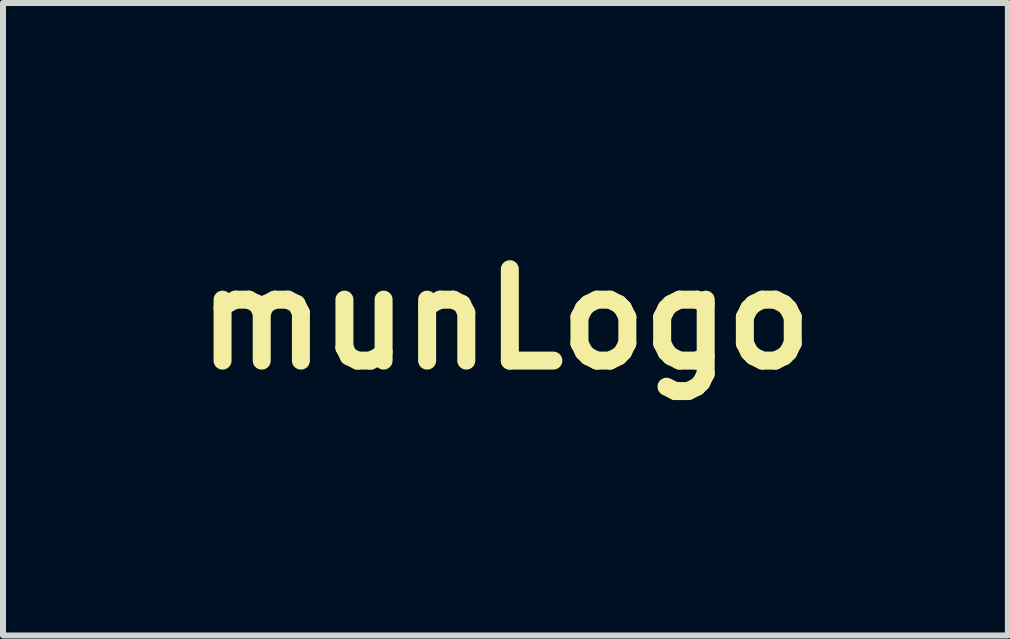
<source format=kicad_pcb>
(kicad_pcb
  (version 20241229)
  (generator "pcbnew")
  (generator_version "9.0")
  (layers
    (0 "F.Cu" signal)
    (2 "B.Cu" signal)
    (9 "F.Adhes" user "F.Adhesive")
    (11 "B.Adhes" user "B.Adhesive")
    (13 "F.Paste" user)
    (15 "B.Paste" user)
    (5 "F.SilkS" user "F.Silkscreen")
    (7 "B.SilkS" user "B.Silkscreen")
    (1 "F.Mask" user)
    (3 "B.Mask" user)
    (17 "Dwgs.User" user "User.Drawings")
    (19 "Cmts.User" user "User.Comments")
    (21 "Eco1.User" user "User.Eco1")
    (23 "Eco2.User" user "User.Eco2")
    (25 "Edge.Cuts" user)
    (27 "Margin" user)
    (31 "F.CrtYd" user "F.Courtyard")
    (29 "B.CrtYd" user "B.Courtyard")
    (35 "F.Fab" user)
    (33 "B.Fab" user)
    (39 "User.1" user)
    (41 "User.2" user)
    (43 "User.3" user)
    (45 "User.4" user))
  (footprint "munLogo"
    (layer "F.Cu")
    (at 5.378 2.273)
    (property "Reference" "munLogo" (at 0 0 0) (layer "F.SilkS") (effects (font (size 1.524 1.524) (thickness 0.3))))
    (attr through_hole)
    (fp_poly (pts (xy -1.46 2.25) (xy -1.551 2.25) (xy -1.551 1.578) (xy -1.46 1.578) (xy -1.46 2.25)) (stroke (width 0.01) (type solid)) (fill yes) (layer "F.Mask"))
    (fp_poly (pts (xy 2.041 2.25) (xy 1.941 2.25) (xy 1.941 1.578) (xy 2.041 1.578) (xy 2.041 2.25)) (stroke (width 0.01) (type solid)) (fill yes) (layer "F.Mask"))
    (fp_poly (pts (xy 2.848 1.669) (xy 2.631 1.669) (xy 2.631 2.25) (xy 2.54 2.25) (xy 2.54 1.669) (xy 2.322 1.669) (xy 2.322 1.578) (xy 2.848 1.578) (xy 2.848 1.669)) (stroke (width 0.01) (type solid)) (fill yes) (layer "F.Mask"))
    (fp_poly (pts (xy -3.111 0.989) (xy -3.089 1.055) (xy -3.068 1.116) (xy -3.051 1.169) (xy -3.037 1.212) (xy -3.027 1.243) (xy -3.021 1.26) (xy -3.021 1.263) (xy -3.029 1.266) (xy -3.052 1.268) (xy -3.085 1.27) (xy -3.111 1.27) (xy -3.202 1.27) (xy -3.201 0.721) (xy -3.111 0.989)) (stroke (width 0.01) (type solid)) (fill yes) (layer "F.Mask"))
    (fp_poly (pts (xy -1.097 0.984) (xy -1.075 1.051) (xy -1.055 1.112) (xy -1.038 1.166) (xy -1.024 1.21) (xy -1.013 1.242) (xy -1.008 1.26) (xy -1.007 1.263) (xy -1.015 1.266) (xy -1.038 1.268) (xy -1.071 1.27) (xy -1.098 1.27) (xy -1.188 1.27) (xy -1.188 0.991) (xy -1.187 0.712) (xy -1.097 0.984)) (stroke (width 0.01) (type solid)) (fill yes) (layer "F.Mask"))
    (fp_poly (pts (xy 0.127 1.669) (xy -0.218 1.669) (xy -0.218 1.869) (xy 0.1 1.869) (xy 0.1 1.912) (xy 0.1 1.955) (xy -0.213 1.955) (xy -0.213 2.164) (xy -0.036 2.165) (xy 0.141 2.167) (xy 0.143 2.208) (xy 0.146 2.25) (xy -0.308 2.25) (xy -0.308 1.578) (xy 0.127 1.578) (xy 0.127 1.669)) (stroke (width 0.01) (type solid)) (fill yes) (layer "F.Mask"))
    (fp_poly (pts (xy -1.912 1.914) (xy -1.91 2.25) (xy -2.037 2.249) (xy -2.111 2.138) (xy -2.14 2.094) (xy -2.177 2.04) (xy -2.217 1.98) (xy -2.258 1.92) (xy -2.292 1.869) (xy -2.399 1.71) (xy -2.404 2.25) (xy -2.495 2.25) (xy -2.495 1.578) (xy -2.433 1.579) (xy -2.372 1.579) (xy -2.191 1.851) (xy -2.009 2.123) (xy -2.007 1.851) (xy -2.005 1.578) (xy -1.915 1.578) (xy -1.912 1.914)) (stroke (width 0.01) (type solid)) (fill yes) (layer "F.Mask"))
    (fp_poly (pts (xy 1.092 0.976) (xy 1.106 0.981) (xy 1.118 0.994) (xy 1.132 1.019) (xy 1.135 1.024) (xy 1.157 1.066) (xy 1.181 1.11) (xy 1.203 1.154) (xy 1.224 1.194) (xy 1.242 1.229) (xy 1.255 1.254) (xy 1.261 1.266) (xy 1.261 1.267) (xy 1.252 1.268) (xy 1.229 1.269) (xy 1.194 1.27) (xy 1.152 1.27) (xy 1.144 1.27) (xy 1.026 1.27) (xy 1.028 1.123) (xy 1.03 0.975) (xy 1.069 0.975) (xy 1.092 0.976)) (stroke (width 0.01) (type solid)) (fill yes) (layer "F.Mask"))
    (fp_poly (pts (xy 1.115 0.678) (xy 1.159 0.679) (xy 1.19 0.683) (xy 1.21 0.689) (xy 1.224 0.697) (xy 1.25 0.725) (xy 1.26 0.757) (xy 1.254 0.788) (xy 1.234 0.816) (xy 1.215 0.828) (xy 1.194 0.834) (xy 1.163 0.84) (xy 1.127 0.843) (xy 1.091 0.845) (xy 1.06 0.844) (xy 1.038 0.841) (xy 1.031 0.837) (xy 1.029 0.825) (xy 1.028 0.8) (xy 1.028 0.766) (xy 1.028 0.753) (xy 1.03 0.676) (xy 1.115 0.678)) (stroke (width 0.01) (type solid)) (fill yes) (layer "F.Mask"))
    (fp_poly (pts (xy 2.545 0.774) (xy 2.555 0.793) (xy 2.569 0.823) (xy 2.585 0.859) (xy 2.6 0.899) (xy 2.614 0.933) (xy 2.624 0.958) (xy 2.628 0.968) (xy 2.626 0.974) (xy 2.612 0.977) (xy 2.584 0.979) (xy 2.546 0.98) (xy 2.508 0.979) (xy 2.479 0.977) (xy 2.461 0.974) (xy 2.458 0.972) (xy 2.462 0.96) (xy 2.47 0.936) (xy 2.482 0.903) (xy 2.497 0.867) (xy 2.511 0.831) (xy 2.524 0.8) (xy 2.534 0.777) (xy 2.539 0.769) (xy 2.545 0.774)) (stroke (width 0.01) (type solid)) (fill yes) (layer "F.Mask"))
    (fp_poly (pts (xy 2.712 1.175) (xy 2.726 1.209) (xy 2.738 1.237) (xy 2.745 1.255) (xy 2.746 1.257) (xy 2.745 1.261) (xy 2.738 1.265) (xy 2.722 1.267) (xy 2.696 1.268) (xy 2.658 1.269) (xy 2.606 1.27) (xy 2.545 1.27) (xy 2.479 1.27) (xy 2.429 1.27) (xy 2.393 1.269) (xy 2.369 1.267) (xy 2.354 1.265) (xy 2.348 1.262) (xy 2.346 1.258) (xy 2.348 1.254) (xy 2.355 1.238) (xy 2.366 1.211) (xy 2.379 1.177) (xy 2.381 1.172) (xy 2.406 1.107) (xy 2.683 1.107) (xy 2.712 1.175)) (stroke (width 0.01) (type solid)) (fill yes) (layer "F.Mask"))
    (fp_poly (pts (xy -2.707 0.726) (xy -2.706 0.749) (xy -2.705 0.787) (xy -2.704 0.836) (xy -2.704 0.894) (xy -2.703 0.961) (xy -2.703 0.992) (xy -2.703 1.27) (xy -2.799 1.27) (xy -2.841 1.269) (xy -2.873 1.267) (xy -2.891 1.264) (xy -2.894 1.261) (xy -2.891 1.25) (xy -2.883 1.224) (xy -2.871 1.186) (xy -2.855 1.139) (xy -2.837 1.085) (xy -2.818 1.027) (xy -2.797 0.968) (xy -2.777 0.909) (xy -2.758 0.854) (xy -2.74 0.805) (xy -2.726 0.764) (xy -2.715 0.735) (xy -2.709 0.72) (xy -2.708 0.718) (xy -2.707 0.726)) (stroke (width 0.01) (type solid)) (fill yes) (layer "F.Mask"))
    (fp_poly (pts (xy -0.693 0.726) (xy -0.692 0.749) (xy -0.691 0.787) (xy -0.69 0.836) (xy -0.69 0.894) (xy -0.689 0.961) (xy -0.689 0.992) (xy -0.689 1.27) (xy -0.785 1.27) (xy -0.824 1.269) (xy -0.855 1.267) (xy -0.875 1.264) (xy -0.88 1.262) (xy -0.877 1.251) (xy -0.869 1.226) (xy -0.857 1.189) (xy -0.842 1.143) (xy -0.824 1.09) (xy -0.804 1.032) (xy -0.784 0.973) (xy -0.764 0.914) (xy -0.744 0.859) (xy -0.727 0.809) (xy -0.713 0.768) (xy -0.702 0.737) (xy -0.695 0.721) (xy -0.694 0.718) (xy -0.693 0.726)) (stroke (width 0.01) (type solid)) (fill yes) (layer "F.Mask"))
    (fp_poly (pts (xy 0.219 0.677) (xy 0.276 0.696) (xy 0.323 0.729) (xy 0.359 0.774) (xy 0.383 0.829) (xy 0.393 0.894) (xy 0.393 0.913) (xy 0.386 0.974) (xy 0.366 1.024) (xy 0.337 1.063) (xy 0.289 1.104) (xy 0.234 1.129) (xy 0.173 1.136) (xy 0.136 1.133) (xy 0.09 1.123) (xy 0.054 1.108) (xy 0.022 1.086) (xy 0.02 1.084) (xy -0.016 1.043) (xy -0.04 0.991) (xy -0.052 0.934) (xy -0.052 0.875) (xy -0.04 0.818) (xy -0.016 0.767) (xy 0.005 0.74) (xy 0.044 0.707) (xy 0.084 0.686) (xy 0.133 0.675) (xy 0.154 0.673) (xy 0.219 0.677)) (stroke (width 0.01) (type solid)) (fill yes) (layer "F.Mask"))
    (fp_poly (pts (xy 3.61 1.579) (xy 3.631 1.581) (xy 3.638 1.583) (xy 3.633 1.592) (xy 3.619 1.613) (xy 3.599 1.646) (xy 3.572 1.687) (xy 3.54 1.735) (xy 3.511 1.78) (xy 3.383 1.973) (xy 3.386 2.111) (xy 3.388 2.25) (xy 3.293 2.25) (xy 3.293 1.97) (xy 3.166 1.779) (xy 3.131 1.726) (xy 3.1 1.679) (xy 3.074 1.639) (xy 3.054 1.608) (xy 3.042 1.589) (xy 3.039 1.582) (xy 3.047 1.58) (xy 3.069 1.58) (xy 3.099 1.58) (xy 3.1 1.58) (xy 3.161 1.583) (xy 3.223 1.683) (xy 3.249 1.725) (xy 3.275 1.767) (xy 3.297 1.802) (xy 3.312 1.827) (xy 3.339 1.871) (xy 3.432 1.725) (xy 3.524 1.579) (xy 3.581 1.579) (xy 3.61 1.579)) (stroke (width 0.01) (type solid)) (fill yes) (layer "F.Mask"))
    (fp_poly (pts (xy -1.053 1.658) (xy -1.04 1.691) (xy -1.023 1.737) (xy -1.003 1.793) (xy -0.982 1.853) (xy -0.96 1.914) (xy -0.957 1.922) (xy -0.937 1.976) (xy -0.919 2.025) (xy -0.904 2.065) (xy -0.893 2.093) (xy -0.887 2.109) (xy -0.886 2.111) (xy -0.882 2.103) (xy -0.873 2.081) (xy -0.858 2.046) (xy -0.84 1.999) (xy -0.819 1.944) (xy -0.795 1.882) (xy -0.783 1.849) (xy -0.683 1.583) (xy -0.632 1.58) (xy -0.604 1.58) (xy -0.586 1.582) (xy -0.581 1.585) (xy -0.584 1.595) (xy -0.593 1.62) (xy -0.607 1.658) (xy -0.626 1.706) (xy -0.648 1.763) (xy -0.673 1.826) (xy -0.688 1.865) (xy -0.715 1.934) (xy -0.742 2) (xy -0.765 2.061) (xy -0.786 2.114) (xy -0.803 2.156) (xy -0.814 2.185) (xy -0.817 2.193) (xy -0.839 2.25) (xy -0.933 2.25) (xy -0.96 2.179) (xy -1.001 2.072) (xy -1.04 1.973) (xy -1.075 1.882) (xy -1.106 1.801) (xy -1.133 1.731) (xy -1.155 1.674) (xy -1.171 1.629) (xy -1.183 1.599) (xy -1.188 1.584) (xy -1.188 1.583) (xy -1.18 1.581) (xy -1.159 1.579) (xy -1.135 1.578) (xy -1.082 1.578) (xy -1.053 1.658)) (stroke (width 0.01) (type solid)) (fill yes) (layer "F.Mask"))
    (fp_poly (pts (xy -3.273 1.812) (xy -3.272 1.884) (xy -3.271 1.939) (xy -3.27 1.982) (xy -3.268 2.014) (xy -3.266 2.038) (xy -3.262 2.055) (xy -3.257 2.07) (xy -3.251 2.084) (xy -3.249 2.089) (xy -3.222 2.131) (xy -3.189 2.158) (xy -3.146 2.172) (xy -3.116 2.176) (xy -3.065 2.174) (xy -3.026 2.161) (xy -2.994 2.135) (xy -2.982 2.12) (xy -2.969 2.102) (xy -2.959 2.084) (xy -2.952 2.063) (xy -2.947 2.037) (xy -2.943 2.003) (xy -2.941 1.96) (xy -2.94 1.904) (xy -2.939 1.833) (xy -2.939 1.804) (xy -2.939 1.578) (xy -2.838 1.578) (xy -2.841 1.826) (xy -2.842 1.899) (xy -2.843 1.958) (xy -2.844 2.002) (xy -2.846 2.036) (xy -2.848 2.062) (xy -2.852 2.081) (xy -2.856 2.096) (xy -2.861 2.11) (xy -2.865 2.118) (xy -2.898 2.176) (xy -2.94 2.218) (xy -2.992 2.247) (xy -3.055 2.262) (xy -3.093 2.266) (xy -3.133 2.267) (xy -3.16 2.266) (xy -3.184 2.26) (xy -3.209 2.25) (xy -3.226 2.241) (xy -3.27 2.214) (xy -3.305 2.182) (xy -3.335 2.138) (xy -3.344 2.123) (xy -3.349 2.112) (xy -3.353 2.099) (xy -3.356 2.081) (xy -3.358 2.057) (xy -3.36 2.025) (xy -3.362 1.981) (xy -3.363 1.923) (xy -3.364 1.851) (xy -3.364 1.835) (xy -3.367 1.578) (xy -3.277 1.578) (xy -3.273 1.812)) (stroke (width 0.01) (type solid)) (fill yes) (layer "F.Mask"))
    (fp_poly (pts (xy 0.645 1.579) (xy 0.695 1.581) (xy 0.737 1.584) (xy 0.767 1.587) (xy 0.771 1.588) (xy 0.823 1.608) (xy 0.864 1.639) (xy 0.893 1.68) (xy 0.91 1.727) (xy 0.913 1.777) (xy 0.902 1.827) (xy 0.875 1.874) (xy 0.863 1.888) (xy 0.837 1.912) (xy 0.807 1.931) (xy 0.794 1.937) (xy 0.772 1.946) (xy 0.76 1.955) (xy 0.759 1.958) (xy 0.765 1.968) (xy 0.778 1.991) (xy 0.798 2.024) (xy 0.823 2.064) (xy 0.848 2.104) (xy 0.876 2.148) (xy 0.9 2.187) (xy 0.918 2.218) (xy 0.931 2.238) (xy 0.934 2.246) (xy 0.926 2.248) (xy 0.904 2.249) (xy 0.876 2.25) (xy 0.818 2.25) (xy 0.757 2.143) (xy 0.724 2.085) (xy 0.698 2.04) (xy 0.678 2.008) (xy 0.663 1.985) (xy 0.651 1.971) (xy 0.641 1.963) (xy 0.63 1.96) (xy 0.617 1.959) (xy 0.602 1.959) (xy 0.601 1.959) (xy 0.553 1.959) (xy 0.553 2.25) (xy 0.506 2.25) (xy 0.458 2.25) (xy 0.461 1.914) (xy 0.462 1.762) (xy 0.553 1.762) (xy 0.554 1.803) (xy 0.555 1.839) (xy 0.558 1.863) (xy 0.56 1.873) (xy 0.574 1.877) (xy 0.6 1.878) (xy 0.635 1.877) (xy 0.673 1.873) (xy 0.71 1.869) (xy 0.74 1.863) (xy 0.76 1.856) (xy 0.787 1.837) (xy 0.802 1.811) (xy 0.807 1.774) (xy 0.807 1.769) (xy 0.804 1.733) (xy 0.792 1.706) (xy 0.769 1.687) (xy 0.734 1.674) (xy 0.685 1.666) (xy 0.643 1.662) (xy 0.553 1.657) (xy 0.553 1.762) (xy 0.462 1.762) (xy 0.463 1.578) (xy 0.594 1.578) (xy 0.645 1.579)) (stroke (width 0.01) (type solid)) (fill yes) (layer "F.Mask"))
    (fp_poly (pts (xy 1.461 1.566) (xy 1.514 1.576) (xy 1.561 1.594) (xy 1.595 1.618) (xy 1.597 1.619) (xy 1.609 1.636) (xy 1.609 1.65) (xy 1.596 1.666) (xy 1.569 1.687) (xy 1.569 1.688) (xy 1.543 1.706) (xy 1.51 1.683) (xy 1.461 1.659) (xy 1.411 1.653) (xy 1.377 1.66) (xy 1.335 1.678) (xy 1.309 1.706) (xy 1.298 1.742) (xy 1.297 1.753) (xy 1.301 1.782) (xy 1.312 1.806) (xy 1.335 1.826) (xy 1.37 1.846) (xy 1.42 1.865) (xy 1.441 1.873) (xy 1.482 1.888) (xy 1.52 1.903) (xy 1.549 1.917) (xy 1.561 1.924) (xy 1.594 1.957) (xy 1.614 2.001) (xy 1.623 2.05) (xy 1.619 2.102) (xy 1.603 2.151) (xy 1.576 2.192) (xy 1.53 2.232) (xy 1.474 2.256) (xy 1.408 2.267) (xy 1.388 2.267) (xy 1.351 2.266) (xy 1.319 2.263) (xy 1.298 2.26) (xy 1.297 2.259) (xy 1.263 2.246) (xy 1.228 2.228) (xy 1.2 2.209) (xy 1.185 2.195) (xy 1.179 2.182) (xy 1.18 2.172) (xy 1.192 2.157) (xy 1.206 2.145) (xy 1.231 2.124) (xy 1.247 2.116) (xy 1.26 2.119) (xy 1.275 2.132) (xy 1.275 2.133) (xy 1.309 2.159) (xy 1.351 2.174) (xy 1.396 2.177) (xy 1.44 2.169) (xy 1.478 2.15) (xy 1.506 2.121) (xy 1.521 2.087) (xy 1.52 2.056) (xy 1.504 2.028) (xy 1.471 2.001) (xy 1.422 1.977) (xy 1.376 1.96) (xy 1.311 1.934) (xy 1.263 1.906) (xy 1.229 1.874) (xy 1.207 1.836) (xy 1.196 1.79) (xy 1.194 1.756) (xy 1.201 1.709) (xy 1.218 1.664) (xy 1.243 1.628) (xy 1.249 1.623) (xy 1.267 1.61) (xy 1.293 1.594) (xy 1.306 1.587) (xy 1.352 1.571) (xy 1.405 1.564) (xy 1.461 1.566)) (stroke (width 0.01) (type solid)) (fill yes) (layer "F.Mask"))
    (fp_poly (pts (xy 3.819 1.27) (xy 3.665 1.27) (xy 3.665 1.125) (xy 3.517 1.123) (xy 3.37 1.12) (xy 3.365 0.544) (xy 3.211 0.544) (xy 3.211 1.27) (xy 2.926 1.27) (xy 2.885 1.172) (xy 2.871 1.139) (xy 2.851 1.092) (xy 2.826 1.034) (xy 2.798 0.97) (xy 2.768 0.901) (xy 2.737 0.83) (xy 2.729 0.812) (xy 2.614 0.549) (xy 2.481 0.544) (xy 2.325 0.905) (xy 2.17 1.265) (xy 1.896 1.27) (xy 1.896 0.544) (xy 1.742 0.544) (xy 1.742 1.27) (xy 1.454 1.27) (xy 1.365 1.123) (xy 1.337 1.076) (xy 1.312 1.035) (xy 1.293 1.002) (xy 1.279 0.979) (xy 1.273 0.969) (xy 1.273 0.969) (xy 1.279 0.963) (xy 1.297 0.951) (xy 1.32 0.939) (xy 1.366 0.907) (xy 1.399 0.864) (xy 1.418 0.812) (xy 1.423 0.753) (xy 1.412 0.69) (xy 1.412 0.688) (xy 1.393 0.644) (xy 1.365 0.609) (xy 1.322 0.58) (xy 1.302 0.57) (xy 1.285 0.563) (xy 1.269 0.557) (xy 1.249 0.554) (xy 1.224 0.551) (xy 1.189 0.549) (xy 1.143 0.547) (xy 1.083 0.546) (xy 1.064 0.546) (xy 0.871 0.543) (xy 0.871 1.27) (xy 0.587 1.27) (xy 0.304 1.27) (xy 0.363 1.238) (xy 0.426 1.198) (xy 0.474 1.152) (xy 0.511 1.097) (xy 0.517 1.084) (xy 0.542 1.014) (xy 0.554 0.937) (xy 0.554 0.859) (xy 0.541 0.785) (xy 0.521 0.73) (xy 0.482 0.667) (xy 0.43 0.615) (xy 0.369 0.574) (xy 0.301 0.546) (xy 0.229 0.529) (xy 0.154 0.525) (xy 0.079 0.534) (xy 0.007 0.556) (xy -0.059 0.592) (xy -0.118 0.641) (xy -0.125 0.648) (xy -0.166 0.701) (xy -0.193 0.759) (xy -0.21 0.826) (xy -0.215 0.88) (xy -0.213 0.966) (xy -0.194 1.045) (xy -0.161 1.114) (xy -0.114 1.174) (xy -0.052 1.222) (xy -0.017 1.242) (xy 0.041 1.27) (xy -0.535 1.27) (xy -0.535 0.544) (xy -0.773 0.549) (xy -0.82 0.68) (xy -0.84 0.737) (xy -0.862 0.797) (xy -0.882 0.855) (xy -0.9 0.903) (xy -0.902 0.91) (xy -0.916 0.948) (xy -0.929 0.978) (xy -0.938 0.996) (xy -0.944 1.001) (xy -0.947 0.995) (xy -0.953 0.981) (xy -0.961 0.957) (xy -0.974 0.924) (xy -0.99 0.878) (xy -1.011 0.82) (xy -1.037 0.748) (xy -1.068 0.66) (xy -1.1 0.569) (xy -1.109 0.544) (xy -1.226 0.546) (xy -1.343 0.549) (xy -1.343 0.909) (xy -1.343 1.27) (xy -1.678 1.27) (xy -1.678 1.125) (xy -2.027 1.12) (xy -2.03 1.045) (xy -2.033 0.971) (xy -1.88 0.971) (xy -1.829 0.97) (xy -1.785 0.97) (xy -1.75 0.969) (xy -1.729 0.968) (xy -1.723 0.967) (xy -1.721 0.957) (xy -1.721 0.933) (xy -1.722 0.901) (xy -1.722 0.894) (xy -1.725 0.826) (xy -2.032 0.826) (xy -2.032 0.69) (xy -1.868 0.687) (xy -1.704 0.685) (xy -1.704 0.617) (xy -1.704 0.549) (xy -1.945 0.546) (xy -2.186 0.544) (xy -2.186 1.27) (xy -2.549 1.27) (xy -2.549 0.544) (xy -2.787 0.549) (xy -2.803 0.59) (xy -2.81 0.61) (xy -2.823 0.645) (xy -2.839 0.69) (xy -2.858 0.743) (xy -2.878 0.8) (xy -2.885 0.819) (xy -2.904 0.874) (xy -2.922 0.921) (xy -2.937 0.96) (xy -2.949 0.987) (xy -2.956 1) (xy -2.958 1.001) (xy -2.962 0.991) (xy -2.971 0.967) (xy -2.985 0.932) (xy -3.001 0.887) (xy -3.019 0.837) (xy -3.038 0.783) (xy -3.058 0.729) (xy -3.076 0.678) (xy -3.093 0.631) (xy -3.106 0.592) (xy -3.116 0.564) (xy -3.12 0.549) (xy -3.121 0.548) (xy -3.129 0.546) (xy -3.152 0.545) (xy -3.187 0.545) (xy -3.23 0.544) (xy -3.243 0.544) (xy -3.365 0.544) (xy -3.365 1.27) (xy -3.515 1.27) (xy -3.565 1.27) (xy -3.608 1.269) (xy -3.641 1.267) (xy -3.66 1.266) (xy -3.665 1.264) (xy -3.66 1.255) (xy -3.647 1.235) (xy -3.628 1.208) (xy -3.62 1.198) (xy -3.6 1.167) (xy -3.584 1.14) (xy -3.571 1.109) (xy -3.558 1.069) (xy -3.547 1.028) (xy -3.519 0.921) (xy -3.526 0.757) (xy -3.53 0.672) (xy -3.532 0.601) (xy -3.533 0.541) (xy -3.531 0.487) (xy -3.529 0.437) (xy -3.524 0.386) (xy -3.517 0.33) (xy -3.507 0.266) (xy -3.502 0.233) (xy -3.471 0.035) (xy -3.517 -0.058) (xy -3.537 -0.1) (xy -3.552 -0.134) (xy -3.562 -0.167) (xy -3.57 -0.204) (xy -3.578 -0.252) (xy -3.58 -0.265) (xy -3.596 -0.38) (xy -3.57 -0.434) (xy -3.544 -0.489) (xy -3.59 -0.532) (xy -3.606 -0.548) (xy -3.619 -0.564) (xy -3.632 -0.584) (xy -3.646 -0.608) (xy -3.661 -0.642) (xy -3.681 -0.686) (xy -3.705 -0.743) (xy -3.71 -0.756) (xy -3.742 -0.836) (xy -3.769 -0.903) (xy -3.789 -0.957) (xy -3.802 -0.996) (xy -3.809 -1.021) (xy -3.808 -1.029) (xy -3.799 -1.032) (xy -3.774 -1.035) (xy -3.738 -1.041) (xy -3.693 -1.047) (xy -3.66 -1.052) (xy -3.571 -1.061) (xy -3.47 -1.068) (xy -3.363 -1.071) (xy -3.255 -1.071) (xy -3.153 -1.067) (xy -3.134 -1.066) (xy -3.1 -1.066) (xy -3.05 -1.071) (xy -2.988 -1.08) (xy -2.916 -1.092) (xy -2.836 -1.108) (xy -2.75 -1.126) (xy -2.662 -1.146) (xy -2.655 -1.148) (xy -2.614 -1.157) (xy -2.575 -1.165) (xy -2.534 -1.172) (xy -2.49 -1.178) (xy -2.439 -1.184) (xy -2.377 -1.19) (xy -2.303 -1.197) (xy -2.245 -1.202) (xy -2.155 -1.209) (xy -2.064 -1.214) (xy -1.977 -1.219) (xy -1.897 -1.223) (xy -1.829 -1.224) (xy -1.8 -1.225) (xy -1.636 -1.225) (xy -1.188 -1.342) (xy -1.091 -1.367) (xy -0.993 -1.393) (xy -0.894 -1.418) (xy -0.8 -1.443) (xy -0.712 -1.466) (xy -0.633 -1.486) (xy -0.566 -1.503) (xy -0.522 -1.515) (xy -0.433 -1.538) (xy -0.341 -1.565) (xy -0.248 -1.594) (xy -0.158 -1.624) (xy -0.074 -1.654) (xy 0.002 -1.682) (xy 0.066 -1.708) (xy 0.109 -1.728) (xy 0.131 -1.739) (xy 0.152 -1.747) (xy 0.175 -1.755) (xy 0.202 -1.761) (xy 0.238 -1.768) (xy 0.284 -1.776) (xy 0.344 -1.785) (xy 0.391 -1.792) (xy 0.433 -1.798) (xy 0.476 -1.804) (xy 0.524 -1.812) (xy 0.577 -1.82) (xy 0.636 -1.829) (xy 0.702 -1.84) (xy 0.776 -1.852) (xy 0.86 -1.866) (xy 0.954 -1.882) (xy 1.06 -1.9) (xy 1.178 -1.92) (xy 1.311 -1.942) (xy 1.458 -1.967) (xy 1.622 -1.995) (xy 1.728 -2.013) (xy 1.789 -2.024) (xy 1.865 -2.037) (xy 1.954 -2.052) (xy 2.051 -2.068) (xy 2.155 -2.086) (xy 2.262 -2.104) (xy 2.37 -2.123) (xy 2.475 -2.14) (xy 2.499 -2.145) (xy 2.597 -2.161) (xy 2.692 -2.177) (xy 2.783 -2.193) (xy 2.868 -2.207) (xy 2.944 -2.22) (xy 3.009 -2.231) (xy 3.062 -2.241) (xy 3.101 -2.247) (xy 3.115 -2.249) (xy 3.147 -2.255) (xy 3.179 -2.259) (xy 3.213 -2.262) (xy 3.251 -2.264) (xy 3.296 -2.266) (xy 3.351 -2.267) (xy 3.418 -2.268) (xy 3.5 -2.268) (xy 3.521 -2.268) (xy 3.819 -2.268) (xy 3.819 1.27)) (stroke (width 0.01) (type solid)) (fill yes) (layer "F.Mask")))
  (gr_rect
    (start -3 -3)
    (end 13.755 7.545)
    (stroke (width 0.1) (type default))
    (fill no)
    (layer "Edge.Cuts")))
</source>
